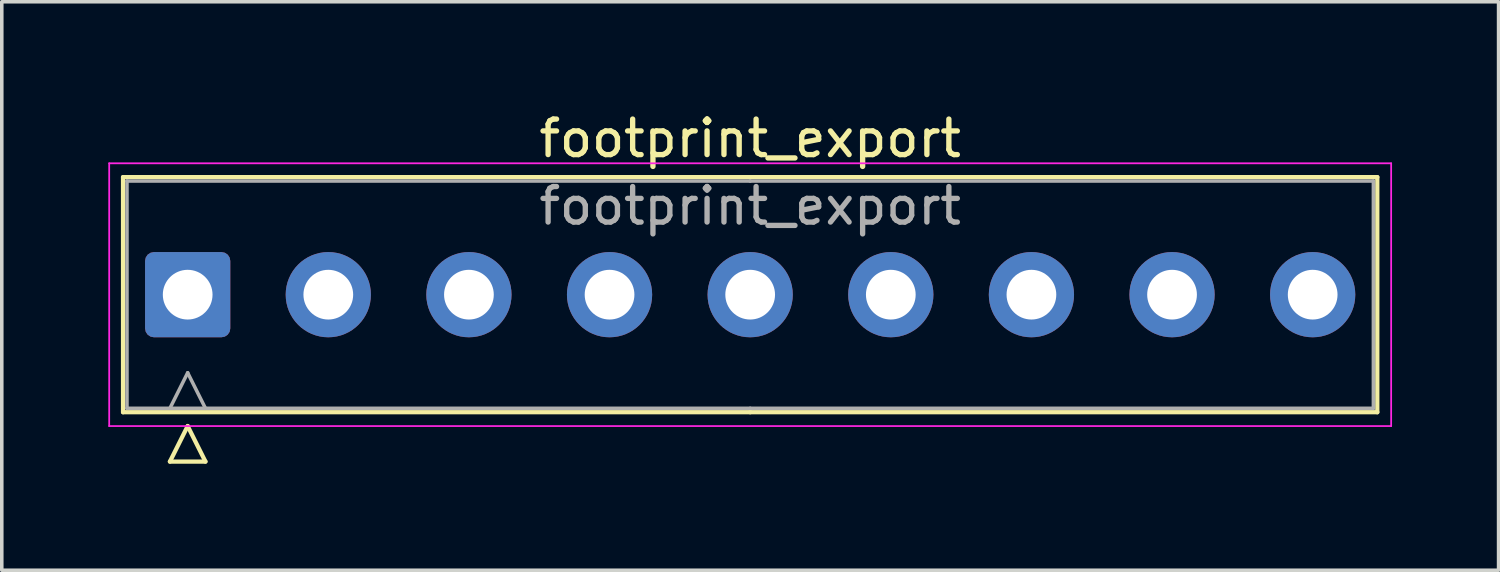
<source format=kicad_pcb>
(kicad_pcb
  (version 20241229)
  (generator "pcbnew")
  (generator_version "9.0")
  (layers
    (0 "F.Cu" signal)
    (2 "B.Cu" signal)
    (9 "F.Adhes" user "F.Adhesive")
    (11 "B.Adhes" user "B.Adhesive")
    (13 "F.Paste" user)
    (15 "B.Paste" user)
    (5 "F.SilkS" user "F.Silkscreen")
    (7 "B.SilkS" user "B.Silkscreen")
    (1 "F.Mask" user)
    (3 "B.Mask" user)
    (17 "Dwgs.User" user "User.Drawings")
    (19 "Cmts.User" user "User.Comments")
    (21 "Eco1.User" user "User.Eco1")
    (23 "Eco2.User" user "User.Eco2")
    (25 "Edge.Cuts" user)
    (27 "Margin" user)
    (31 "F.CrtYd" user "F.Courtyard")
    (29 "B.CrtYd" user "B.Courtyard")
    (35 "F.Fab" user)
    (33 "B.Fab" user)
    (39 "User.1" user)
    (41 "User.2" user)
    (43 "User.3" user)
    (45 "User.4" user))
  (footprint "footprint_export"
    (layer "F.Cu")
    (at 2.235 5.248)
    (property "Reference" "footprint_export" (at 15.84 -4.4 0) (layer "F.SilkS") (effects (font (size 1 1) (thickness 0.15))))
    (attr through_hole)
    (fp_line (start -1.82 -3.31) (end -1.82 3.31) (stroke (width 0.12) (type solid)) (layer "F.SilkS"))
    (fp_line (start -1.82 3.31) (end 15.84 3.31) (stroke (width 0.12) (type solid)) (layer "F.SilkS"))
    (fp_line (start -0.5 4.7) (end 0 3.7) (stroke (width 0.12) (type solid)) (layer "F.SilkS"))
    (fp_line (start 0 3.7) (end 0.5 4.7) (stroke (width 0.12) (type solid)) (layer "F.SilkS"))
    (fp_line (start 0.5 4.7) (end -0.5 4.7) (stroke (width 0.12) (type solid)) (layer "F.SilkS"))
    (fp_line (start 15.84 -3.31) (end -1.82 -3.31) (stroke (width 0.12) (type solid)) (layer "F.SilkS"))
    (fp_line (start 15.84 -3.31) (end 33.5 -3.31) (stroke (width 0.12) (type solid)) (layer "F.SilkS"))
    (fp_line (start 33.5 -3.31) (end 33.5 3.31) (stroke (width 0.12) (type solid)) (layer "F.SilkS"))
    (fp_line (start 33.5 3.31) (end 15.84 3.31) (stroke (width 0.12) (type solid)) (layer "F.SilkS"))
    (fp_line (start -2.21 -3.7) (end -2.21 3.7) (stroke (width 0.05) (type solid)) (layer "F.CrtYd"))
    (fp_line (start -2.21 3.7) (end 33.89 3.7) (stroke (width 0.05) (type solid)) (layer "F.CrtYd"))
    (fp_line (start 33.89 -3.7) (end -2.21 -3.7) (stroke (width 0.05) (type solid)) (layer "F.CrtYd"))
    (fp_line (start 33.89 3.7) (end 33.89 -3.7) (stroke (width 0.05) (type solid)) (layer "F.CrtYd"))
    (fp_line (start -1.71 -3.2) (end -1.71 3.2) (stroke (width 0.1) (type solid)) (layer "F.Fab"))
    (fp_line (start -1.71 3.2) (end 15.84 3.2) (stroke (width 0.1) (type solid)) (layer "F.Fab"))
    (fp_line (start -0.5 3.2) (end 0 2.2) (stroke (width 0.1) (type solid)) (layer "F.Fab"))
    (fp_line (start 0 2.2) (end 0.5 3.2) (stroke (width 0.1) (type solid)) (layer "F.Fab"))
    (fp_line (start 15.84 -3.2) (end -1.71 -3.2) (stroke (width 0.1) (type solid)) (layer "F.Fab"))
    (fp_line (start 15.84 -3.2) (end 33.39 -3.2) (stroke (width 0.1) (type solid)) (layer "F.Fab"))
    (fp_line (start 33.39 -3.2) (end 33.39 3.2) (stroke (width 0.1) (type solid)) (layer "F.Fab"))
    (fp_line (start 33.39 3.2) (end 15.84 3.2) (stroke (width 0.1) (type solid)) (layer "F.Fab"))
    (fp_text user "${REFERENCE}" (at 15.84 -2.5 0) (layer "F.Fab") (effects (font (size 1 1) (thickness 0.15))))
    (pad "1" thru_hole roundrect (at 0 0) (size 2.4 2.4) (drill 1.4) (layers "*.Cu" "*.Mask") (roundrect_rratio 0.104))
    (pad "2" thru_hole circle (at 3.96 0) (size 2.4 2.4) (drill 1.4) (layers "*.Cu" "*.Mask"))
    (pad "3" thru_hole circle (at 7.92 0) (size 2.4 2.4) (drill 1.4) (layers "*.Cu" "*.Mask"))
    (pad "4" thru_hole circle (at 11.88 0) (size 2.4 2.4) (drill 1.4) (layers "*.Cu" "*.Mask"))
    (pad "5" thru_hole circle (at 15.84 0) (size 2.4 2.4) (drill 1.4) (layers "*.Cu" "*.Mask"))
    (pad "6" thru_hole circle (at 19.8 0) (size 2.4 2.4) (drill 1.4) (layers "*.Cu" "*.Mask"))
    (pad "7" thru_hole circle (at 23.76 0) (size 2.4 2.4) (drill 1.4) (layers "*.Cu" "*.Mask"))
    (pad "8" thru_hole circle (at 27.72 0) (size 2.4 2.4) (drill 1.4) (layers "*.Cu" "*.Mask"))
    (pad "9" thru_hole circle (at 31.68 0) (size 2.4 2.4) (drill 1.4) (layers "*.Cu" "*.Mask")))
  (gr_rect
    (start -3 -3)
    (end 39.15 13.008)
    (stroke (width 0.1) (type default))
    (fill no)
    (layer "Edge.Cuts")))
</source>
